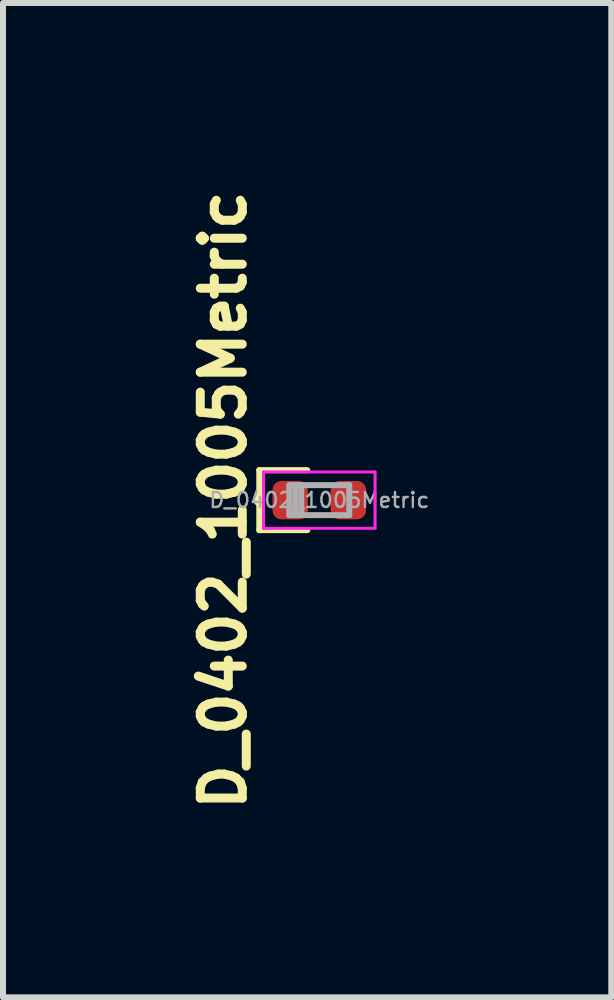
<source format=kicad_pcb>
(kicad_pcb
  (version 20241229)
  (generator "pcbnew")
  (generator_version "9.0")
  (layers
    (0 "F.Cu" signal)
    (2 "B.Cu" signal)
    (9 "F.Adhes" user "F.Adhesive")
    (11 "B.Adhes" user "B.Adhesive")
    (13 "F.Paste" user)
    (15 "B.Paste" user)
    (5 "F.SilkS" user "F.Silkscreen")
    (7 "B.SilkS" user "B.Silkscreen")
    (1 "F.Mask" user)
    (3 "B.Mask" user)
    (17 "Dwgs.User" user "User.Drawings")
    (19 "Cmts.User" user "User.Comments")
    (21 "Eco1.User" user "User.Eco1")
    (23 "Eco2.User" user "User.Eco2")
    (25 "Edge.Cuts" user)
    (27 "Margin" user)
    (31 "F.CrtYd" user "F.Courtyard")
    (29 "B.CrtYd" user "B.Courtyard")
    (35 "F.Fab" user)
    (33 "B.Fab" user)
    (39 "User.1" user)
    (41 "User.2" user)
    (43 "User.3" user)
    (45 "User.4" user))
  (footprint "D_0402_1005Metric"
    (layer "F.Cu")
    (at 2.273 5.288)
    (property "Reference" "D_0402_1005Metric" (at -1.6 0 90) (layer "F.SilkS") (effects (font (size 0.7 0.7) (thickness 0.15))))
    (attr smd)
    (fp_line (start -1 -0.5) (end -1 0.5) (stroke (width 0.1) (type default)) (layer "F.SilkS"))
    (fp_line (start -1 -0.5) (end -0.2 -0.5) (stroke (width 0.1) (type default)) (layer "F.SilkS"))
    (fp_line (start -1 0.5) (end -0.2 0.5) (stroke (width 0.1) (type default)) (layer "F.SilkS"))
    (fp_circle (center -1 0) (end -0.95 0) (stroke (width 0.1) (type solid)) (fill no) (layer "F.SilkS"))
    (fp_line (start -0.93 -0.47) (end 0.93 -0.47) (stroke (width 0.05) (type solid)) (layer "F.CrtYd"))
    (fp_line (start -0.93 0.47) (end -0.93 -0.47) (stroke (width 0.05) (type solid)) (layer "F.CrtYd"))
    (fp_line (start 0.93 -0.47) (end 0.93 0.47) (stroke (width 0.05) (type solid)) (layer "F.CrtYd"))
    (fp_line (start 0.93 0.47) (end -0.93 0.47) (stroke (width 0.05) (type solid)) (layer "F.CrtYd"))
    (fp_line (start -0.5 -0.25) (end 0.5 -0.25) (stroke (width 0.1) (type solid)) (layer "F.Fab"))
    (fp_line (start -0.5 0.25) (end -0.5 -0.25) (stroke (width 0.1) (type solid)) (layer "F.Fab"))
    (fp_line (start -0.4 0.25) (end -0.4 -0.25) (stroke (width 0.1) (type solid)) (layer "F.Fab"))
    (fp_line (start -0.3 0.25) (end -0.3 -0.25) (stroke (width 0.1) (type solid)) (layer "F.Fab"))
    (fp_line (start 0.5 -0.25) (end 0.5 0.25) (stroke (width 0.1) (type solid)) (layer "F.Fab"))
    (fp_line (start 0.5 0.25) (end -0.5 0.25) (stroke (width 0.1) (type solid)) (layer "F.Fab"))
    (fp_text user "${REFERENCE}" (at 0 0 180) (layer "F.Fab") (effects (font (size 0.25 0.25) (thickness 0.04))))
    (pad "1" smd roundrect (at -0.485 0) (size 0.59 0.64) (layers "F.Cu" "F.Mask" "F.Paste") (roundrect_rratio 0.25))
    (pad "2" smd roundrect (at 0.485 0) (size 0.59 0.64) (layers "F.Cu" "F.Mask" "F.Paste") (roundrect_rratio 0.25)))
  (gr_rect
    (start -3 -3)
    (end 7.141 13.577)
    (stroke (width 0.1) (type default))
    (fill no)
    (layer "Edge.Cuts")))
</source>
